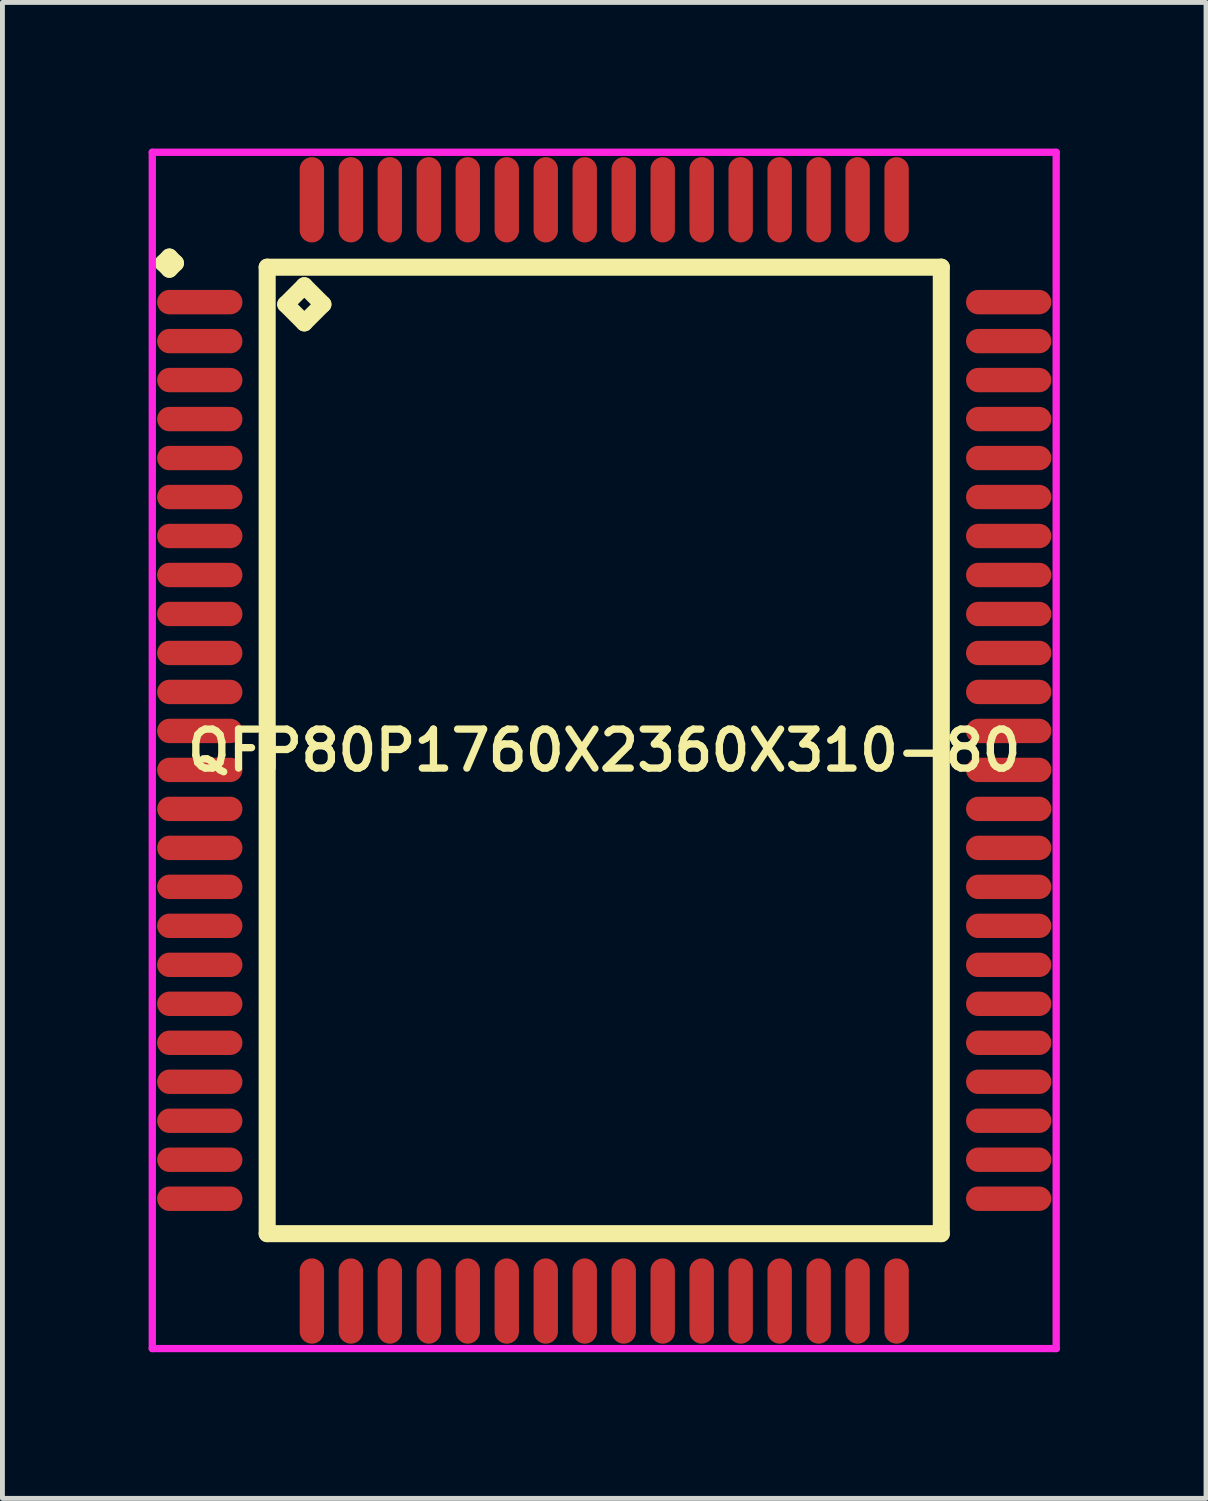
<source format=kicad_pcb>
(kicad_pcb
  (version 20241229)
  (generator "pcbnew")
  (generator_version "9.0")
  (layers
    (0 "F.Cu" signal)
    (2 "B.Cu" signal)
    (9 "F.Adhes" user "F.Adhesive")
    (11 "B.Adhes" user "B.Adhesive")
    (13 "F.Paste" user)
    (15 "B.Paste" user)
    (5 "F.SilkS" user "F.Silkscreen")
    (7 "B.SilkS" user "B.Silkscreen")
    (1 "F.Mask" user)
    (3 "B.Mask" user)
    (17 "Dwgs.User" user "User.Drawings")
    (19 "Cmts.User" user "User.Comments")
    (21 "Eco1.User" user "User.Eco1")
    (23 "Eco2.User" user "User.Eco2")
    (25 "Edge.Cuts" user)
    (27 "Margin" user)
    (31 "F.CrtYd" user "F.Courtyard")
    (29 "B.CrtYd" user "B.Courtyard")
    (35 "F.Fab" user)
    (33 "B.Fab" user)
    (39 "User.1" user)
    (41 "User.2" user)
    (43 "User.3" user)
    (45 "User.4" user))
  (footprint "QFP80P1760X2360X310-80"
    (layer "F.Cu")
    (at 9.35 12.35)
    (property "Reference" "QFP80P1760X2360X310-80" (at 0 0 0) (layer "F.SilkS") (effects (font (size 0.8 0.8) (thickness 0.15))))
    (attr smd)
    (fp_line (start -9.05 -10) (end -8.925 -10.125) (stroke (width 0.35) (type solid)) (layer "F.SilkS"))
    (fp_line (start -8.925 -10.125) (end -8.8 -10) (stroke (width 0.35) (type solid)) (layer "F.SilkS"))
    (fp_line (start -8.925 -9.875) (end -9.05 -10) (stroke (width 0.35) (type solid)) (layer "F.SilkS"))
    (fp_line (start -8.8 -10) (end -8.925 -9.875) (stroke (width 0.35) (type solid)) (layer "F.SilkS"))
    (fp_line (start -6.917 -9.917) (end -6.917 9.917) (stroke (width 0.35) (type solid)) (layer "F.SilkS"))
    (fp_line (start -6.917 9.917) (end 6.917 9.917) (stroke (width 0.35) (type solid)) (layer "F.SilkS"))
    (fp_line (start -6.536 -9.155) (end -6.155 -9.536) (stroke (width 0.35) (type solid)) (layer "F.SilkS"))
    (fp_line (start -6.155 -9.536) (end -5.774 -9.155) (stroke (width 0.35) (type solid)) (layer "F.SilkS"))
    (fp_line (start -6.155 -8.774) (end -6.536 -9.155) (stroke (width 0.35) (type solid)) (layer "F.SilkS"))
    (fp_line (start -5.774 -9.155) (end -6.155 -8.774) (stroke (width 0.35) (type solid)) (layer "F.SilkS"))
    (fp_line (start 6.917 -9.917) (end -6.917 -9.917) (stroke (width 0.35) (type solid)) (layer "F.SilkS"))
    (fp_line (start 6.917 9.917) (end 6.917 -9.917) (stroke (width 0.35) (type solid)) (layer "F.SilkS"))
    (fp_line (start -9.275 -12.275) (end 9.275 -12.275) (stroke (width 0.15) (type solid)) (layer "F.CrtYd"))
    (fp_line (start -9.275 12.275) (end -9.275 -12.275) (stroke (width 0.15) (type solid)) (layer "F.CrtYd"))
    (fp_line (start 9.275 -12.275) (end 9.275 12.275) (stroke (width 0.15) (type solid)) (layer "F.CrtYd"))
    (fp_line (start 9.275 12.275) (end -9.275 12.275) (stroke (width 0.15) (type solid)) (layer "F.CrtYd"))
    (pad "1" smd oval (at -8.3 -9.2) (size 1.75 0.5) (layers "F.Cu" "F.Mask" "F.Paste"))
    (pad "2" smd oval (at -8.3 -8.4) (size 1.75 0.5) (layers "F.Cu" "F.Mask" "F.Paste"))
    (pad "3" smd oval (at -8.3 -7.6) (size 1.75 0.5) (layers "F.Cu" "F.Mask" "F.Paste"))
    (pad "4" smd oval (at -8.3 -6.8) (size 1.75 0.5) (layers "F.Cu" "F.Mask" "F.Paste"))
    (pad "5" smd oval (at -8.3 -6) (size 1.75 0.5) (layers "F.Cu" "F.Mask" "F.Paste"))
    (pad "6" smd oval (at -8.3 -5.2) (size 1.75 0.5) (layers "F.Cu" "F.Mask" "F.Paste"))
    (pad "7" smd oval (at -8.3 -4.4) (size 1.75 0.5) (layers "F.Cu" "F.Mask" "F.Paste"))
    (pad "8" smd oval (at -8.3 -3.6) (size 1.75 0.5) (layers "F.Cu" "F.Mask" "F.Paste"))
    (pad "9" smd oval (at -8.3 -2.8) (size 1.75 0.5) (layers "F.Cu" "F.Mask" "F.Paste"))
    (pad "10" smd oval (at -8.3 -2) (size 1.75 0.5) (layers "F.Cu" "F.Mask" "F.Paste"))
    (pad "11" smd oval (at -8.3 -1.2) (size 1.75 0.5) (layers "F.Cu" "F.Mask" "F.Paste"))
    (pad "12" smd oval (at -8.3 -0.4) (size 1.75 0.5) (layers "F.Cu" "F.Mask" "F.Paste"))
    (pad "13" smd oval (at -8.3 0.4) (size 1.75 0.5) (layers "F.Cu" "F.Mask" "F.Paste"))
    (pad "14" smd oval (at -8.3 1.2) (size 1.75 0.5) (layers "F.Cu" "F.Mask" "F.Paste"))
    (pad "15" smd oval (at -8.3 2) (size 1.75 0.5) (layers "F.Cu" "F.Mask" "F.Paste"))
    (pad "16" smd oval (at -8.3 2.8) (size 1.75 0.5) (layers "F.Cu" "F.Mask" "F.Paste"))
    (pad "17" smd oval (at -8.3 3.6) (size 1.75 0.5) (layers "F.Cu" "F.Mask" "F.Paste"))
    (pad "18" smd oval (at -8.3 4.4) (size 1.75 0.5) (layers "F.Cu" "F.Mask" "F.Paste"))
    (pad "19" smd oval (at -8.3 5.2) (size 1.75 0.5) (layers "F.Cu" "F.Mask" "F.Paste"))
    (pad "20" smd oval (at -8.3 6) (size 1.75 0.5) (layers "F.Cu" "F.Mask" "F.Paste"))
    (pad "21" smd oval (at -8.3 6.8) (size 1.75 0.5) (layers "F.Cu" "F.Mask" "F.Paste"))
    (pad "22" smd oval (at -8.3 7.6) (size 1.75 0.5) (layers "F.Cu" "F.Mask" "F.Paste"))
    (pad "23" smd oval (at -8.3 8.4) (size 1.75 0.5) (layers "F.Cu" "F.Mask" "F.Paste"))
    (pad "24" smd oval (at -8.3 9.2) (size 1.75 0.5) (layers "F.Cu" "F.Mask" "F.Paste"))
    (pad "25" smd oval (at -6 11.3) (size 0.5 1.75) (layers "F.Cu" "F.Mask" "F.Paste"))
    (pad "26" smd oval (at -5.2 11.3) (size 0.5 1.75) (layers "F.Cu" "F.Mask" "F.Paste"))
    (pad "27" smd oval (at -4.4 11.3) (size 0.5 1.75) (layers "F.Cu" "F.Mask" "F.Paste"))
    (pad "28" smd oval (at -3.6 11.3) (size 0.5 1.75) (layers "F.Cu" "F.Mask" "F.Paste"))
    (pad "29" smd oval (at -2.8 11.3) (size 0.5 1.75) (layers "F.Cu" "F.Mask" "F.Paste"))
    (pad "30" smd oval (at -2 11.3) (size 0.5 1.75) (layers "F.Cu" "F.Mask" "F.Paste"))
    (pad "31" smd oval (at -1.2 11.3) (size 0.5 1.75) (layers "F.Cu" "F.Mask" "F.Paste"))
    (pad "32" smd oval (at -0.4 11.3) (size 0.5 1.75) (layers "F.Cu" "F.Mask" "F.Paste"))
    (pad "33" smd oval (at 0.4 11.3) (size 0.5 1.75) (layers "F.Cu" "F.Mask" "F.Paste"))
    (pad "34" smd oval (at 1.2 11.3) (size 0.5 1.75) (layers "F.Cu" "F.Mask" "F.Paste"))
    (pad "35" smd oval (at 2 11.3) (size 0.5 1.75) (layers "F.Cu" "F.Mask" "F.Paste"))
    (pad "36" smd oval (at 2.8 11.3) (size 0.5 1.75) (layers "F.Cu" "F.Mask" "F.Paste"))
    (pad "37" smd oval (at 3.6 11.3) (size 0.5 1.75) (layers "F.Cu" "F.Mask" "F.Paste"))
    (pad "38" smd oval (at 4.4 11.3) (size 0.5 1.75) (layers "F.Cu" "F.Mask" "F.Paste"))
    (pad "39" smd oval (at 5.2 11.3) (size 0.5 1.75) (layers "F.Cu" "F.Mask" "F.Paste"))
    (pad "40" smd oval (at 6 11.3) (size 0.5 1.75) (layers "F.Cu" "F.Mask" "F.Paste"))
    (pad "41" smd oval (at 8.3 9.2) (size 1.75 0.5) (layers "F.Cu" "F.Mask" "F.Paste"))
    (pad "42" smd oval (at 8.3 8.4) (size 1.75 0.5) (layers "F.Cu" "F.Mask" "F.Paste"))
    (pad "43" smd oval (at 8.3 7.6) (size 1.75 0.5) (layers "F.Cu" "F.Mask" "F.Paste"))
    (pad "44" smd oval (at 8.3 6.8) (size 1.75 0.5) (layers "F.Cu" "F.Mask" "F.Paste"))
    (pad "45" smd oval (at 8.3 6) (size 1.75 0.5) (layers "F.Cu" "F.Mask" "F.Paste"))
    (pad "46" smd oval (at 8.3 5.2) (size 1.75 0.5) (layers "F.Cu" "F.Mask" "F.Paste"))
    (pad "47" smd oval (at 8.3 4.4) (size 1.75 0.5) (layers "F.Cu" "F.Mask" "F.Paste"))
    (pad "48" smd oval (at 8.3 3.6) (size 1.75 0.5) (layers "F.Cu" "F.Mask" "F.Paste"))
    (pad "49" smd oval (at 8.3 2.8) (size 1.75 0.5) (layers "F.Cu" "F.Mask" "F.Paste"))
    (pad "50" smd oval (at 8.3 2) (size 1.75 0.5) (layers "F.Cu" "F.Mask" "F.Paste"))
    (pad "51" smd oval (at 8.3 1.2) (size 1.75 0.5) (layers "F.Cu" "F.Mask" "F.Paste"))
    (pad "52" smd oval (at 8.3 0.4) (size 1.75 0.5) (layers "F.Cu" "F.Mask" "F.Paste"))
    (pad "53" smd oval (at 8.3 -0.4) (size 1.75 0.5) (layers "F.Cu" "F.Mask" "F.Paste"))
    (pad "54" smd oval (at 8.3 -1.2) (size 1.75 0.5) (layers "F.Cu" "F.Mask" "F.Paste"))
    (pad "55" smd oval (at 8.3 -2) (size 1.75 0.5) (layers "F.Cu" "F.Mask" "F.Paste"))
    (pad "56" smd oval (at 8.3 -2.8) (size 1.75 0.5) (layers "F.Cu" "F.Mask" "F.Paste"))
    (pad "57" smd oval (at 8.3 -3.6) (size 1.75 0.5) (layers "F.Cu" "F.Mask" "F.Paste"))
    (pad "58" smd oval (at 8.3 -4.4) (size 1.75 0.5) (layers "F.Cu" "F.Mask" "F.Paste"))
    (pad "59" smd oval (at 8.3 -5.2) (size 1.75 0.5) (layers "F.Cu" "F.Mask" "F.Paste"))
    (pad "60" smd oval (at 8.3 -6) (size 1.75 0.5) (layers "F.Cu" "F.Mask" "F.Paste"))
    (pad "61" smd oval (at 8.3 -6.8) (size 1.75 0.5) (layers "F.Cu" "F.Mask" "F.Paste"))
    (pad "62" smd oval (at 8.3 -7.6) (size 1.75 0.5) (layers "F.Cu" "F.Mask" "F.Paste"))
    (pad "63" smd oval (at 8.3 -8.4) (size 1.75 0.5) (layers "F.Cu" "F.Mask" "F.Paste"))
    (pad "64" smd oval (at 8.3 -9.2) (size 1.75 0.5) (layers "F.Cu" "F.Mask" "F.Paste"))
    (pad "65" smd oval (at 6 -11.3) (size 0.5 1.75) (layers "F.Cu" "F.Mask" "F.Paste"))
    (pad "66" smd oval (at 5.2 -11.3) (size 0.5 1.75) (layers "F.Cu" "F.Mask" "F.Paste"))
    (pad "67" smd oval (at 4.4 -11.3) (size 0.5 1.75) (layers "F.Cu" "F.Mask" "F.Paste"))
    (pad "68" smd oval (at 3.6 -11.3) (size 0.5 1.75) (layers "F.Cu" "F.Mask" "F.Paste"))
    (pad "69" smd oval (at 2.8 -11.3) (size 0.5 1.75) (layers "F.Cu" "F.Mask" "F.Paste"))
    (pad "70" smd oval (at 2 -11.3) (size 0.5 1.75) (layers "F.Cu" "F.Mask" "F.Paste"))
    (pad "71" smd oval (at 1.2 -11.3) (size 0.5 1.75) (layers "F.Cu" "F.Mask" "F.Paste"))
    (pad "72" smd oval (at 0.4 -11.3) (size 0.5 1.75) (layers "F.Cu" "F.Mask" "F.Paste"))
    (pad "73" smd oval (at -0.4 -11.3) (size 0.5 1.75) (layers "F.Cu" "F.Mask" "F.Paste"))
    (pad "74" smd oval (at -1.2 -11.3) (size 0.5 1.75) (layers "F.Cu" "F.Mask" "F.Paste"))
    (pad "75" smd oval (at -2 -11.3) (size 0.5 1.75) (layers "F.Cu" "F.Mask" "F.Paste"))
    (pad "76" smd oval (at -2.8 -11.3) (size 0.5 1.75) (layers "F.Cu" "F.Mask" "F.Paste"))
    (pad "77" smd oval (at -3.6 -11.3) (size 0.5 1.75) (layers "F.Cu" "F.Mask" "F.Paste"))
    (pad "78" smd oval (at -4.4 -11.3) (size 0.5 1.75) (layers "F.Cu" "F.Mask" "F.Paste"))
    (pad "79" smd oval (at -5.2 -11.3) (size 0.5 1.75) (layers "F.Cu" "F.Mask" "F.Paste"))
    (pad "80" smd oval (at -6 -11.3) (size 0.5 1.75) (layers "F.Cu" "F.Mask" "F.Paste")))
  (gr_rect
    (start -3 -3)
    (end 21.7 27.7)
    (stroke (width 0.1) (type default))
    (fill no)
    (layer "Edge.Cuts")))
</source>
